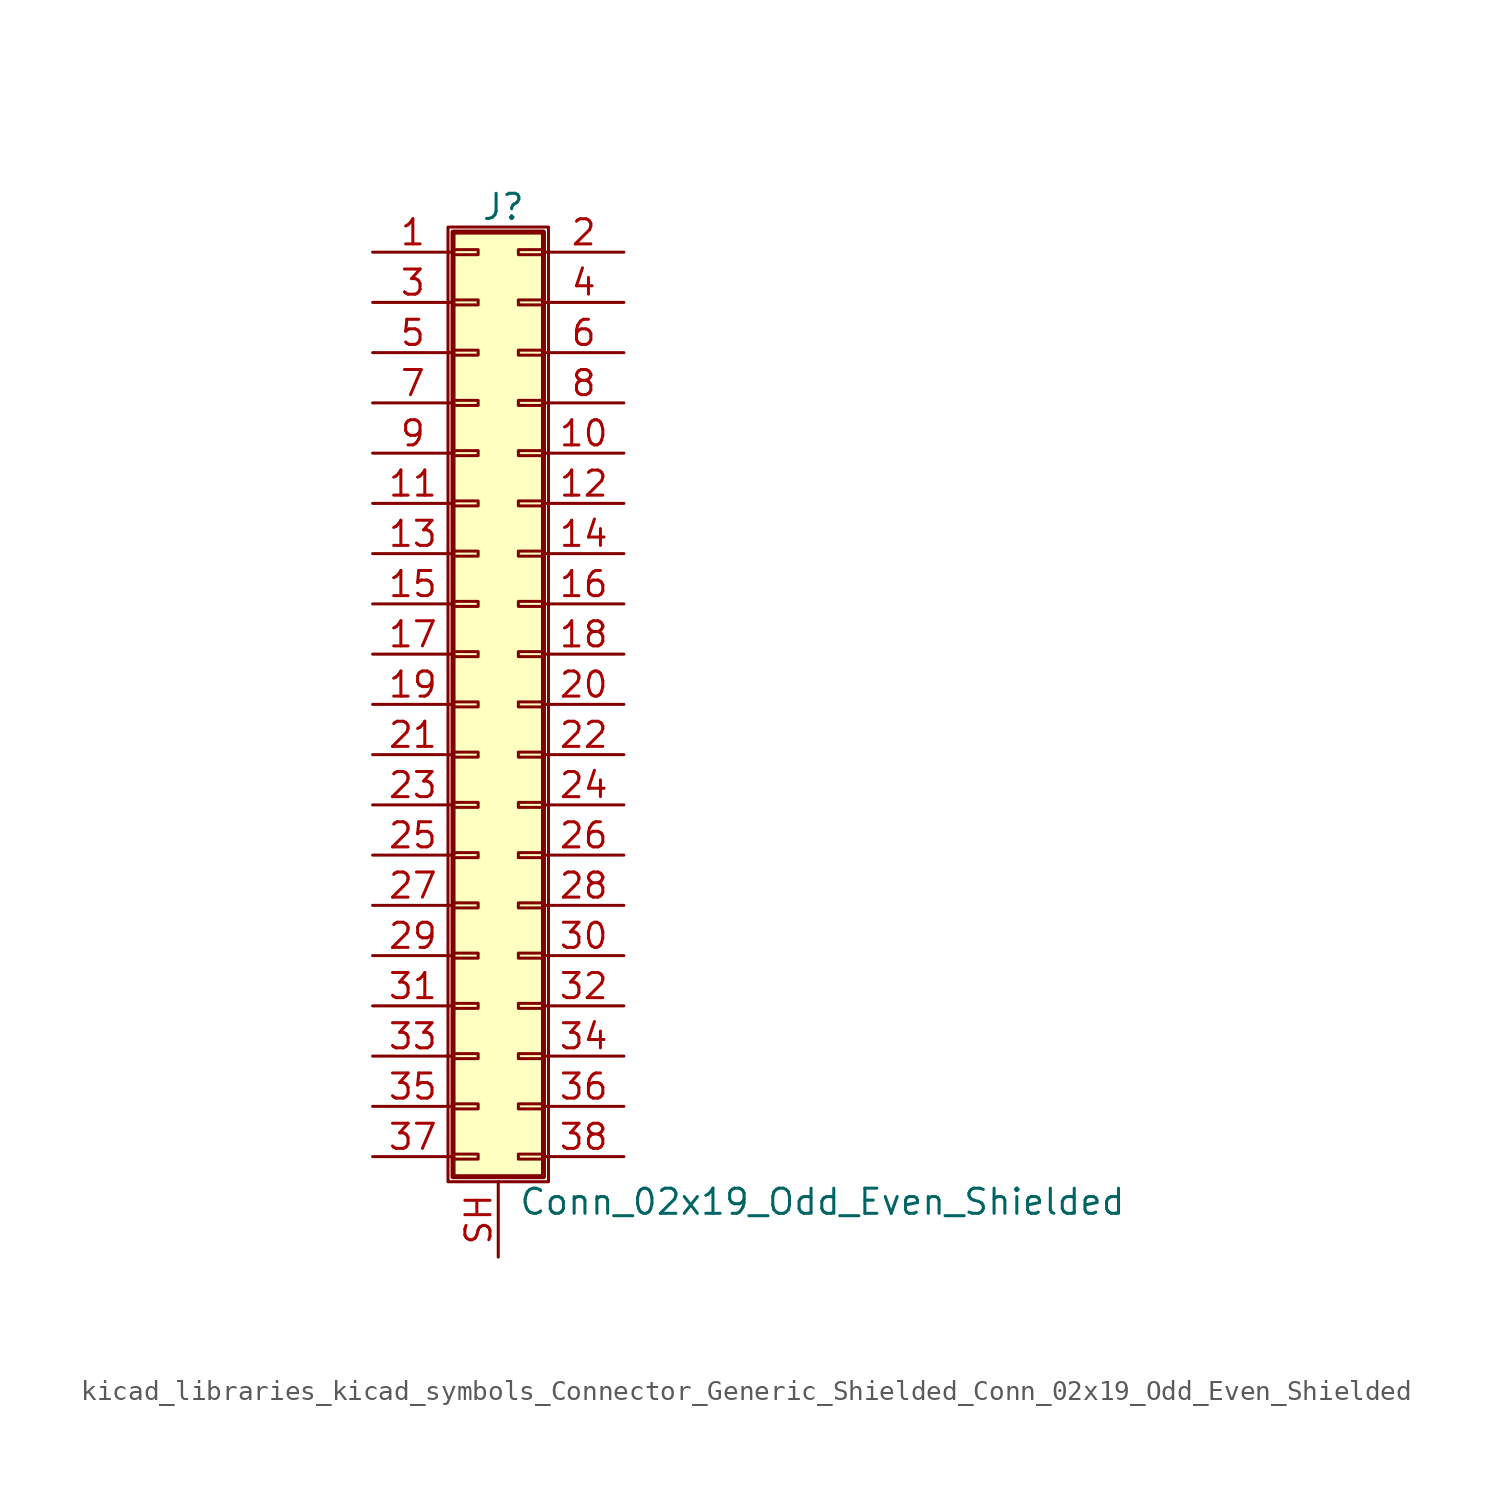
<source format=kicad_sym>
(kicad_symbol_lib
  (version 20220914)
  (generator kicad_symbol_editor)
  (symbol "kicad_libraries_kicad_symbols_Connector_Generic_Shielded_Conn_02x19_Odd_Even_Shielded"
    (pin_names
      (offset 1.016) hide)
    (property "Reference" "J"
      (at 1.524 25.146 0)
      (effects (font (size 1.27 1.27))))
    (property "Value" "Conn_02x19_Odd_Even_Shielded"
      (at 2.286 -25.146 0)
      (effects (font (size 1.27 1.27)) (justify left)))
    (symbol "kicad_libraries_kicad_symbols_Connector_Generic_Shielded_Conn_02x19_Odd_Even_Shielded_1_1"
      (rectangle (start -1.27 24.13) (end 3.81 -24.13) (stroke (width 0.152) (type default)) (fill (type none)))
      (rectangle (start -1.016 -22.733) (end 0.254 -22.987) (stroke (width 0.152) (type default)) (fill (type none)))
      (rectangle (start -1.016 -20.193) (end 0.254 -20.447) (stroke (width 0.152) (type default)) (fill (type none)))
      (rectangle (start -1.016 -17.653) (end 0.254 -17.907) (stroke (width 0.152) (type default)) (fill (type none)))
      (rectangle (start -1.016 -15.113) (end 0.254 -15.367) (stroke (width 0.152) (type default)) (fill (type none)))
      (rectangle (start -1.016 -12.573) (end 0.254 -12.827) (stroke (width 0.152) (type default)) (fill (type none)))
      (rectangle (start -1.016 -10.033) (end 0.254 -10.287) (stroke (width 0.152) (type default)) (fill (type none)))
      (rectangle (start -1.016 -7.493) (end 0.254 -7.747) (stroke (width 0.152) (type default)) (fill (type none)))
      (rectangle (start -1.016 -4.953) (end 0.254 -5.207) (stroke (width 0.152) (type default)) (fill (type none)))
      (rectangle (start -1.016 -2.413) (end 0.254 -2.667) (stroke (width 0.152) (type default)) (fill (type none)))
      (rectangle (start -1.016 0.127) (end 0.254 -0.127) (stroke (width 0.152) (type default)) (fill (type none)))
      (rectangle (start -1.016 2.667) (end 0.254 2.413) (stroke (width 0.152) (type default)) (fill (type none)))
      (rectangle (start -1.016 5.207) (end 0.254 4.953) (stroke (width 0.152) (type default)) (fill (type none)))
      (rectangle (start -1.016 7.747) (end 0.254 7.493) (stroke (width 0.152) (type default)) (fill (type none)))
      (rectangle (start -1.016 10.287) (end 0.254 10.033) (stroke (width 0.152) (type default)) (fill (type none)))
      (rectangle (start -1.016 12.827) (end 0.254 12.573) (stroke (width 0.152) (type default)) (fill (type none)))
      (rectangle (start -1.016 15.367) (end 0.254 15.113) (stroke (width 0.152) (type default)) (fill (type none)))
      (rectangle (start -1.016 17.907) (end 0.254 17.653) (stroke (width 0.152) (type default)) (fill (type none)))
      (rectangle (start -1.016 20.447) (end 0.254 20.193) (stroke (width 0.152) (type default)) (fill (type none)))
      (rectangle (start -1.016 22.987) (end 0.254 22.733) (stroke (width 0.152) (type default)) (fill (type none)))
      (rectangle (start -1.016 23.876) (end 3.556 -23.876) (stroke (width 0.254) (type default)) (fill (type background)))
      (rectangle (start 3.556 -22.733) (end 2.286 -22.987) (stroke (width 0.152) (type default)) (fill (type none)))
      (rectangle (start 3.556 -20.193) (end 2.286 -20.447) (stroke (width 0.152) (type default)) (fill (type none)))
      (rectangle (start 3.556 -17.653) (end 2.286 -17.907) (stroke (width 0.152) (type default)) (fill (type none)))
      (rectangle (start 3.556 -15.113) (end 2.286 -15.367) (stroke (width 0.152) (type default)) (fill (type none)))
      (rectangle (start 3.556 -12.573) (end 2.286 -12.827) (stroke (width 0.152) (type default)) (fill (type none)))
      (rectangle (start 3.556 -10.033) (end 2.286 -10.287) (stroke (width 0.152) (type default)) (fill (type none)))
      (rectangle (start 3.556 -7.493) (end 2.286 -7.747) (stroke (width 0.152) (type default)) (fill (type none)))
      (rectangle (start 3.556 -4.953) (end 2.286 -5.207) (stroke (width 0.152) (type default)) (fill (type none)))
      (rectangle (start 3.556 -2.413) (end 2.286 -2.667) (stroke (width 0.152) (type default)) (fill (type none)))
      (rectangle (start 3.556 0.127) (end 2.286 -0.127) (stroke (width 0.152) (type default)) (fill (type none)))
      (rectangle (start 3.556 2.667) (end 2.286 2.413) (stroke (width 0.152) (type default)) (fill (type none)))
      (rectangle (start 3.556 5.207) (end 2.286 4.953) (stroke (width 0.152) (type default)) (fill (type none)))
      (rectangle (start 3.556 7.747) (end 2.286 7.493) (stroke (width 0.152) (type default)) (fill (type none)))
      (rectangle (start 3.556 10.287) (end 2.286 10.033) (stroke (width 0.152) (type default)) (fill (type none)))
      (rectangle (start 3.556 12.827) (end 2.286 12.573) (stroke (width 0.152) (type default)) (fill (type none)))
      (rectangle (start 3.556 15.367) (end 2.286 15.113) (stroke (width 0.152) (type default)) (fill (type none)))
      (rectangle (start 3.556 17.907) (end 2.286 17.653) (stroke (width 0.152) (type default)) (fill (type none)))
      (rectangle (start 3.556 20.447) (end 2.286 20.193) (stroke (width 0.152) (type default)) (fill (type none)))
      (rectangle (start 3.556 22.987) (end 2.286 22.733) (stroke (width 0.152) (type default)) (fill (type none)))
      (pin passive line (at -5.08 22.86 0) (length 4.064) (name "Pin_1" (effects (font (size 1.27 1.27)))) (number "1" (effects (font (size 1.27 1.27)))))
      (pin passive line (at 7.62 12.7 180) (length 4.064) (name "Pin_10" (effects (font (size 1.27 1.27)))) (number "10" (effects (font (size 1.27 1.27)))))
      (pin passive line (at -5.08 10.16 0) (length 4.064) (name "Pin_11" (effects (font (size 1.27 1.27)))) (number "11" (effects (font (size 1.27 1.27)))))
      (pin passive line (at 7.62 10.16 180) (length 4.064) (name "Pin_12" (effects (font (size 1.27 1.27)))) (number "12" (effects (font (size 1.27 1.27)))))
      (pin passive line (at -5.08 7.62 0) (length 4.064) (name "Pin_13" (effects (font (size 1.27 1.27)))) (number "13" (effects (font (size 1.27 1.27)))))
      (pin passive line (at 7.62 7.62 180) (length 4.064) (name "Pin_14" (effects (font (size 1.27 1.27)))) (number "14" (effects (font (size 1.27 1.27)))))
      (pin passive line (at -5.08 5.08 0) (length 4.064) (name "Pin_15" (effects (font (size 1.27 1.27)))) (number "15" (effects (font (size 1.27 1.27)))))
      (pin passive line (at 7.62 5.08 180) (length 4.064) (name "Pin_16" (effects (font (size 1.27 1.27)))) (number "16" (effects (font (size 1.27 1.27)))))
      (pin passive line (at -5.08 2.54 0) (length 4.064) (name "Pin_17" (effects (font (size 1.27 1.27)))) (number "17" (effects (font (size 1.27 1.27)))))
      (pin passive line (at 7.62 2.54 180) (length 4.064) (name "Pin_18" (effects (font (size 1.27 1.27)))) (number "18" (effects (font (size 1.27 1.27)))))
      (pin passive line (at -5.08 0 0) (length 4.064) (name "Pin_19" (effects (font (size 1.27 1.27)))) (number "19" (effects (font (size 1.27 1.27)))))
      (pin passive line (at 7.62 22.86 180) (length 4.064) (name "Pin_2" (effects (font (size 1.27 1.27)))) (number "2" (effects (font (size 1.27 1.27)))))
      (pin passive line (at 7.62 0 180) (length 4.064) (name "Pin_20" (effects (font (size 1.27 1.27)))) (number "20" (effects (font (size 1.27 1.27)))))
      (pin passive line (at -5.08 -2.54 0) (length 4.064) (name "Pin_21" (effects (font (size 1.27 1.27)))) (number "21" (effects (font (size 1.27 1.27)))))
      (pin passive line (at 7.62 -2.54 180) (length 4.064) (name "Pin_22" (effects (font (size 1.27 1.27)))) (number "22" (effects (font (size 1.27 1.27)))))
      (pin passive line (at -5.08 -5.08 0) (length 4.064) (name "Pin_23" (effects (font (size 1.27 1.27)))) (number "23" (effects (font (size 1.27 1.27)))))
      (pin passive line (at 7.62 -5.08 180) (length 4.064) (name "Pin_24" (effects (font (size 1.27 1.27)))) (number "24" (effects (font (size 1.27 1.27)))))
      (pin passive line (at -5.08 -7.62 0) (length 4.064) (name "Pin_25" (effects (font (size 1.27 1.27)))) (number "25" (effects (font (size 1.27 1.27)))))
      (pin passive line (at 7.62 -7.62 180) (length 4.064) (name "Pin_26" (effects (font (size 1.27 1.27)))) (number "26" (effects (font (size 1.27 1.27)))))
      (pin passive line (at -5.08 -10.16 0) (length 4.064) (name "Pin_27" (effects (font (size 1.27 1.27)))) (number "27" (effects (font (size 1.27 1.27)))))
      (pin passive line (at 7.62 -10.16 180) (length 4.064) (name "Pin_28" (effects (font (size 1.27 1.27)))) (number "28" (effects (font (size 1.27 1.27)))))
      (pin passive line (at -5.08 -12.7 0) (length 4.064) (name "Pin_29" (effects (font (size 1.27 1.27)))) (number "29" (effects (font (size 1.27 1.27)))))
      (pin passive line (at -5.08 20.32 0) (length 4.064) (name "Pin_3" (effects (font (size 1.27 1.27)))) (number "3" (effects (font (size 1.27 1.27)))))
      (pin passive line (at 7.62 -12.7 180) (length 4.064) (name "Pin_30" (effects (font (size 1.27 1.27)))) (number "30" (effects (font (size 1.27 1.27)))))
      (pin passive line (at -5.08 -15.24 0) (length 4.064) (name "Pin_31" (effects (font (size 1.27 1.27)))) (number "31" (effects (font (size 1.27 1.27)))))
      (pin passive line (at 7.62 -15.24 180) (length 4.064) (name "Pin_32" (effects (font (size 1.27 1.27)))) (number "32" (effects (font (size 1.27 1.27)))))
      (pin passive line (at -5.08 -17.78 0) (length 4.064) (name "Pin_33" (effects (font (size 1.27 1.27)))) (number "33" (effects (font (size 1.27 1.27)))))
      (pin passive line (at 7.62 -17.78 180) (length 4.064) (name "Pin_34" (effects (font (size 1.27 1.27)))) (number "34" (effects (font (size 1.27 1.27)))))
      (pin passive line (at -5.08 -20.32 0) (length 4.064) (name "Pin_35" (effects (font (size 1.27 1.27)))) (number "35" (effects (font (size 1.27 1.27)))))
      (pin passive line (at 7.62 -20.32 180) (length 4.064) (name "Pin_36" (effects (font (size 1.27 1.27)))) (number "36" (effects (font (size 1.27 1.27)))))
      (pin passive line (at -5.08 -22.86 0) (length 4.064) (name "Pin_37" (effects (font (size 1.27 1.27)))) (number "37" (effects (font (size 1.27 1.27)))))
      (pin passive line (at 7.62 -22.86 180) (length 4.064) (name "Pin_38" (effects (font (size 1.27 1.27)))) (number "38" (effects (font (size 1.27 1.27)))))
      (pin passive line (at 7.62 20.32 180) (length 4.064) (name "Pin_4" (effects (font (size 1.27 1.27)))) (number "4" (effects (font (size 1.27 1.27)))))
      (pin passive line (at -5.08 17.78 0) (length 4.064) (name "Pin_5" (effects (font (size 1.27 1.27)))) (number "5" (effects (font (size 1.27 1.27)))))
      (pin passive line (at 7.62 17.78 180) (length 4.064) (name "Pin_6" (effects (font (size 1.27 1.27)))) (number "6" (effects (font (size 1.27 1.27)))))
      (pin passive line (at -5.08 15.24 0) (length 4.064) (name "Pin_7" (effects (font (size 1.27 1.27)))) (number "7" (effects (font (size 1.27 1.27)))))
      (pin passive line (at 7.62 15.24 180) (length 4.064) (name "Pin_8" (effects (font (size 1.27 1.27)))) (number "8" (effects (font (size 1.27 1.27)))))
      (pin passive line (at -5.08 12.7 0) (length 4.064) (name "Pin_9" (effects (font (size 1.27 1.27)))) (number "9" (effects (font (size 1.27 1.27)))))
      (pin passive line (at 1.27 -27.94 90) (length 3.81) (name "Shield" (effects (font (size 1.27 1.27)))) (number "SH" (effects (font (size 1.27 1.27))))))))
</source>
